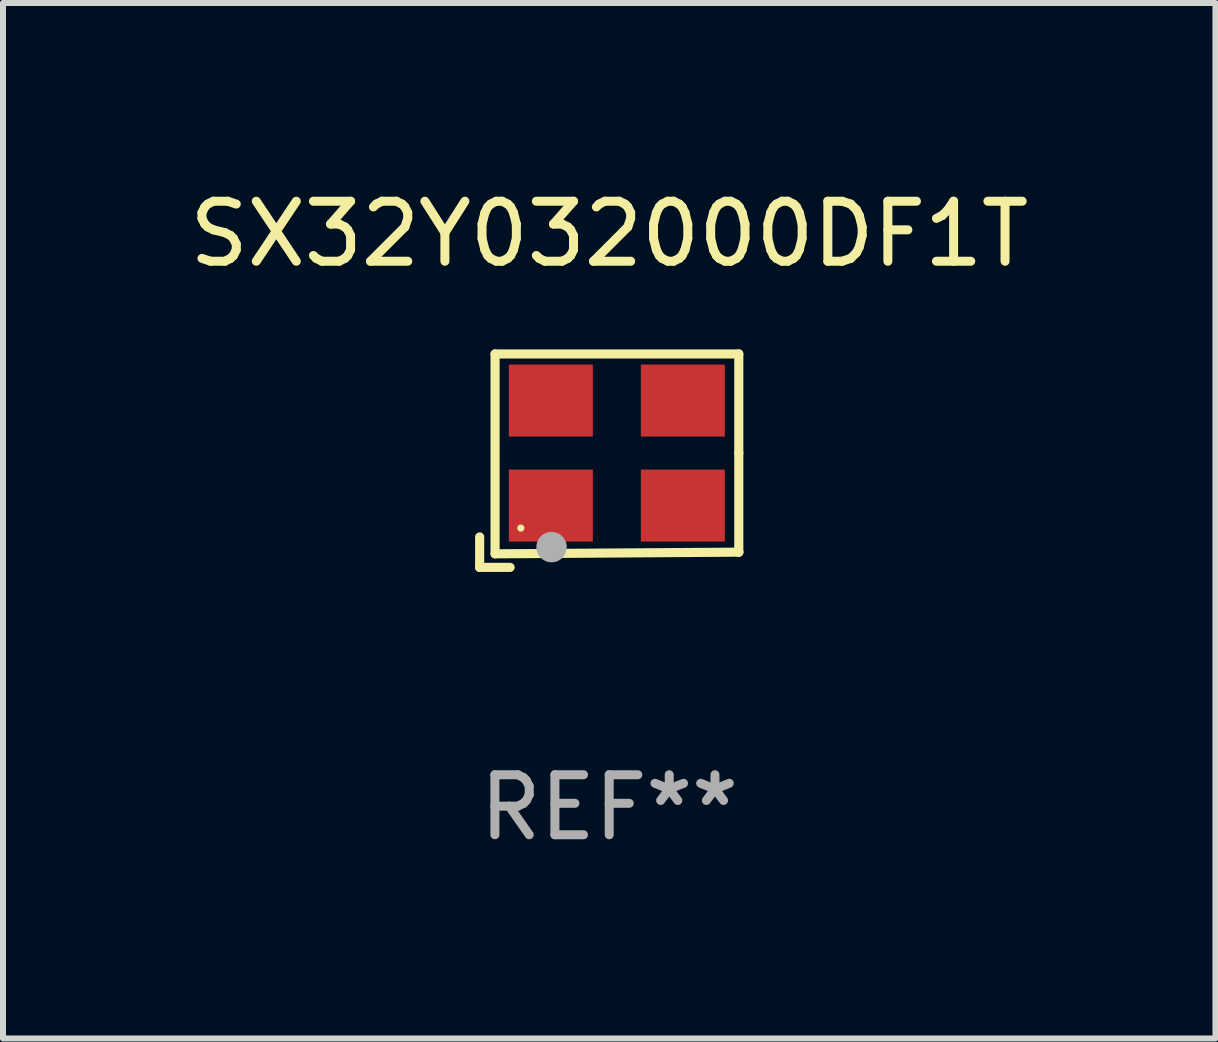
<source format=kicad_pcb>
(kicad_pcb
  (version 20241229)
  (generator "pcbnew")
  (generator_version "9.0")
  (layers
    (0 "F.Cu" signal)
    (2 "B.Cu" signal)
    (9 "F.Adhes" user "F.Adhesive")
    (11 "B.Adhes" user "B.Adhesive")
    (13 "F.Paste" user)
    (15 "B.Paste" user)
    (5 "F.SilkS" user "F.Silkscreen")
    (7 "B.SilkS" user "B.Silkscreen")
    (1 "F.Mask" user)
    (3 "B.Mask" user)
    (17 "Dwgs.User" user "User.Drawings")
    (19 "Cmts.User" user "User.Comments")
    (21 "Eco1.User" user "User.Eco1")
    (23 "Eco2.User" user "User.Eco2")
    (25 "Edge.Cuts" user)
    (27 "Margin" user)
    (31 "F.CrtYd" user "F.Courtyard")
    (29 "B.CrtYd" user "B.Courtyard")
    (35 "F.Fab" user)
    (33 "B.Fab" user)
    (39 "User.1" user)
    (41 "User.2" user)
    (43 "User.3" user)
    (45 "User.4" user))
  (footprint "SX32Y032000DF1T"
    (layer "F.Cu")
    (at 7.101 4.626)
    (property "Reference" "SX32Y032000DF1T" (at 0 -3.778 0) (layer "F.SilkS") (effects (font (size 1 1) (thickness 0.15))))
    (attr through_hole)
    (fp_line (start -2.159 1.27) (end -2.159 1.778) (stroke (width 0.152) (type solid)) (layer "F.SilkS"))
    (fp_line (start -2.159 1.778) (end -1.651 1.778) (stroke (width 0.152) (type solid)) (layer "F.SilkS"))
    (fp_line (start -1.902 -1.778) (end 2.159 -1.778) (stroke (width 0.152) (type solid)) (layer "F.SilkS"))
    (fp_line (start -1.902 1.552) (end -1.902 -1.778) (stroke (width 0.152) (type solid)) (layer "F.SilkS"))
    (fp_line (start 2.159 -1.778) (end 2.159 -0.127) (stroke (width 0.152) (type solid)) (layer "F.SilkS"))
    (fp_line (start 2.159 -0.127) (end 2.159 1.524) (stroke (width 0.152) (type solid)) (layer "F.SilkS"))
    (fp_line (start 2.159 1.524) (end -1.902 1.552) (stroke (width 0.152) (type solid)) (layer "F.SilkS"))
    (fp_line (start 2.159 1.524) (end 2.159 1.524) (stroke (width 0.152) (type solid)) (layer "F.SilkS"))
    (fp_circle (center -1.473 1.123) (end -1.443 1.123) (stroke (width 0.06) (type solid)) (fill no) (layer "F.SilkS"))
    (fp_circle (center -0.961 1.44) (end -0.834 1.44) (stroke (width 0.254) (type solid)) (fill no) (layer "F.Fab"))
    (fp_text user "REF**" (at 0 5.778 0) (layer "F.Fab") (effects (font (size 1 1) (thickness 0.15))))
    (pad "1" smd rect (at -0.973 0.748) (size 1.4 1.2) (layers "F.Cu" "F.Mask" "F.Paste"))
    (pad "2" smd rect (at 1.227 0.748) (size 1.4 1.2) (layers "F.Cu" "F.Mask" "F.Paste"))
    (pad "3" smd rect (at 1.227 -1.002) (size 1.4 1.2) (layers "F.Cu" "F.Mask" "F.Paste"))
    (pad "4" smd rect (at -0.973 -1.002) (size 1.4 1.2) (layers "F.Cu" "F.Mask" "F.Paste")))
  (gr_rect
    (start -3 -3)
    (end 17.202 14.253)
    (stroke (width 0.1) (type default))
    (fill no)
    (layer "Edge.Cuts")))
</source>
